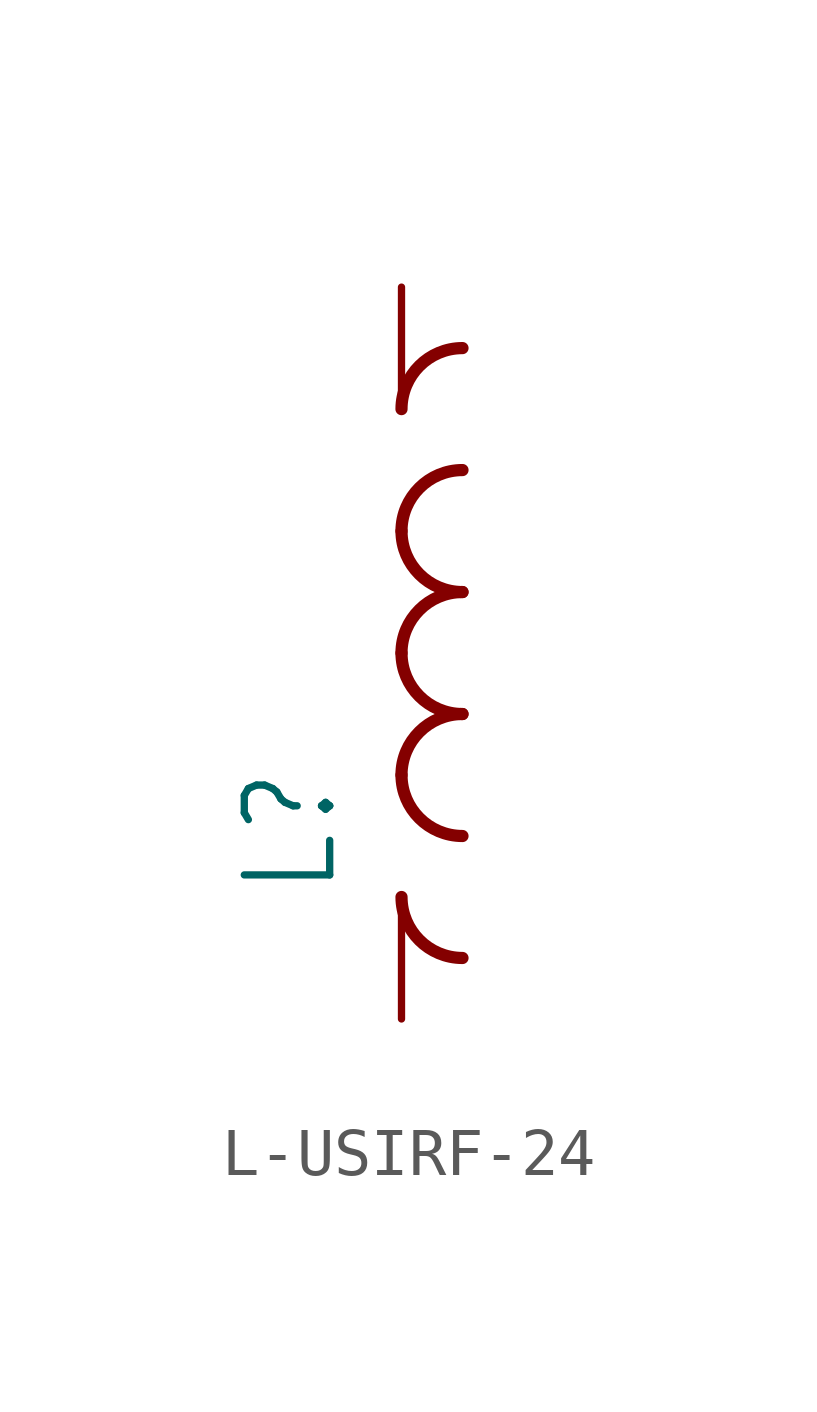
<source format=kicad_sym>
(kicad_symbol_lib
  (version 20241209)
  (generator "kicad_symbol_editor")
  (generator_version "9.0")
  (symbol "L-USIRF-24"
    (property "Reference" "L"
      (at -1.27 -5.08 90)
      (effects (font (size 1.778 1.511)) (justify left bottom)))
    (property "Value" ""
      (at 3.81 -5.08 90)
      (effects (font (size 1.778 1.511)) (justify left bottom)))
    (property "ki_locked" ""
      (at 0 0 0)
      (effects (font (size 1.27 1.27))))
    (symbol "L-USIRF-24_1_0"
      (arc (start 0 5.08) (mid 0.372 5.978) (end 1.27 6.35) (stroke (width 0.254) (type solid)) (fill (type none)))
      (arc (start 0 2.54) (mid 0.372 3.438) (end 1.27 3.81) (stroke (width 0.254) (type solid)) (fill (type none)))
      (arc (start 1.27 1.27) (mid 0.372 1.642) (end 0 2.54) (stroke (width 0.254) (type solid)) (fill (type none)))
      (arc (start 0 0) (mid 0.372 0.898) (end 1.27 1.27) (stroke (width 0.254) (type solid)) (fill (type none)))
      (arc (start 1.27 -1.27) (mid 0.372 -0.898) (end 0 0) (stroke (width 0.254) (type solid)) (fill (type none)))
      (arc (start 0 -2.54) (mid 0.372 -1.642) (end 1.27 -1.27) (stroke (width 0.254) (type solid)) (fill (type none)))
      (arc (start 1.27 -3.81) (mid 0.372 -3.438) (end 0 -2.54) (stroke (width 0.254) (type solid)) (fill (type none)))
      (arc (start 1.27 -6.35) (mid 0.372 -5.978) (end 0 -5.08) (stroke (width 0.254) (type solid)) (fill (type none)))
      (pin passive line (at 0 7.62 270) (length 2.54) (name "1" (effects (font (size 0 0)))) (number "1" (effects (font (size 0 0)))))
      (pin passive line (at 0 -7.62 90) (length 2.54) (name "2" (effects (font (size 0 0)))) (number "2" (effects (font (size 0 0))))))))
</source>
